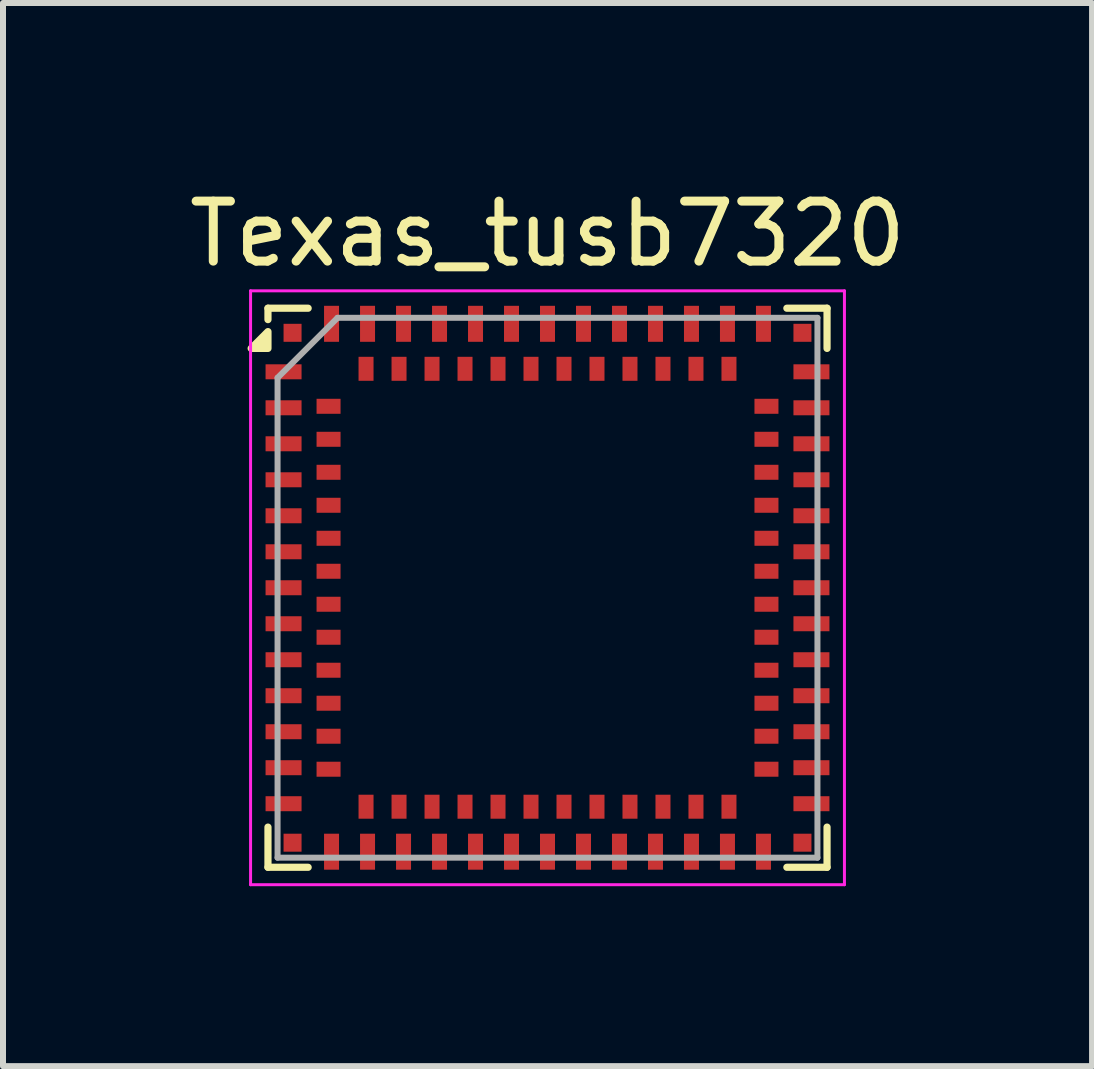
<source format=kicad_pcb>
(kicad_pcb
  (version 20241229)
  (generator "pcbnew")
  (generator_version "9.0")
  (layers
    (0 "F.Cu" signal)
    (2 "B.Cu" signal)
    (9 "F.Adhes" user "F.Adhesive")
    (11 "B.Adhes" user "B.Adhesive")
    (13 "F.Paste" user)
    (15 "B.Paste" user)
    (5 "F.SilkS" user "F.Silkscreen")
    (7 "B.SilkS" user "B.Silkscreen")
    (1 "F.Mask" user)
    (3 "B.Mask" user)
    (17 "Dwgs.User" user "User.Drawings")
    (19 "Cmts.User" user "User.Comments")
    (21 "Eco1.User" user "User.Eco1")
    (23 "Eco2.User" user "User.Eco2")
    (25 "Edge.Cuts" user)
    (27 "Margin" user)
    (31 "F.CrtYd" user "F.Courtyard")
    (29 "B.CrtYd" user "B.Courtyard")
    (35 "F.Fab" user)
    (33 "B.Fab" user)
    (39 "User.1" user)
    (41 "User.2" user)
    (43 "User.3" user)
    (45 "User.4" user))
  (footprint "Texas_tusb7320"
    (layer "F.Cu")
    (at 6.077 6.748)
    (property "Reference" "Texas_tusb7320" (at 0 -5.9 0) (layer "F.SilkS") (effects (font (size 1 1) (thickness 0.15))))
    (attr smd)
    (fp_line (start -4.66 -4.66) (end -3.99 -4.66) (stroke (width 0.12) (type solid)) (layer "F.SilkS"))
    (fp_line (start -4.66 -4.47) (end -4.66 -4.66) (stroke (width 0.12) (type solid)) (layer "F.SilkS"))
    (fp_line (start -4.66 3.99) (end -4.66 4.66) (stroke (width 0.12) (type solid)) (layer "F.SilkS"))
    (fp_line (start -4.66 4.66) (end -3.99 4.66) (stroke (width 0.12) (type solid)) (layer "F.SilkS"))
    (fp_line (start 4.66 -4.66) (end 3.99 -4.66) (stroke (width 0.12) (type solid)) (layer "F.SilkS"))
    (fp_line (start 4.66 -3.99) (end 4.66 -4.66) (stroke (width 0.12) (type solid)) (layer "F.SilkS"))
    (fp_line (start 4.66 3.99) (end 4.66 4.66) (stroke (width 0.12) (type solid)) (layer "F.SilkS"))
    (fp_line (start 4.66 4.66) (end 3.99 4.66) (stroke (width 0.12) (type solid)) (layer "F.SilkS"))
    (fp_poly (pts (xy -4.66 -3.99) (xy -4.94 -3.99) (xy -4.66 -4.27) (xy -4.66 -3.99)) (stroke (width 0.12) (type solid)) (fill yes) (layer "F.SilkS"))
    (fp_line (start -4.95 -4.95) (end 4.95 -4.95) (stroke (width 0.05) (type solid)) (layer "F.CrtYd"))
    (fp_line (start -4.95 4.95) (end -4.95 -4.95) (stroke (width 0.05) (type solid)) (layer "F.CrtYd"))
    (fp_line (start 4.95 -4.95) (end 4.95 4.95) (stroke (width 0.05) (type solid)) (layer "F.CrtYd"))
    (fp_line (start 4.95 4.95) (end -4.95 4.95) (stroke (width 0.05) (type solid)) (layer "F.CrtYd"))
    (fp_line (start -4.5 -3.5) (end -4.5 4.5) (stroke (width 0.1) (type solid)) (layer "F.Fab"))
    (fp_line (start -4.5 4.5) (end 4.5 4.5) (stroke (width 0.1) (type solid)) (layer "F.Fab"))
    (fp_line (start -3.5 -4.5) (end -4.5 -3.5) (stroke (width 0.1) (type default)) (layer "F.Fab"))
    (fp_line (start -3.5 -4.5) (end 4.5 -4.5) (stroke (width 0.1) (type solid)) (layer "F.Fab"))
    (fp_line (start 4.5 -4.5) (end 4.5 4.5) (stroke (width 0.1) (type solid)) (layer "F.Fab"))
    (pad "A1" smd rect (at -4.4 -3.6 90) (size 0.25 0.6) (layers "F.Cu" "F.Mask" "F.Paste"))
    (pad "A2" smd rect (at -4.4 -3 90) (size 0.25 0.6) (layers "F.Cu" "F.Mask" "F.Paste"))
    (pad "A3" smd rect (at -4.4 -2.4 90) (size 0.25 0.6) (layers "F.Cu" "F.Mask" "F.Paste"))
    (pad "A4" smd rect (at -4.4 -1.8 90) (size 0.25 0.6) (layers "F.Cu" "F.Mask" "F.Paste"))
    (pad "A5" smd rect (at -4.4 -1.2 90) (size 0.25 0.6) (layers "F.Cu" "F.Mask" "F.Paste"))
    (pad "A6" smd rect (at -4.4 -0.6 90) (size 0.25 0.6) (layers "F.Cu" "F.Mask" "F.Paste"))
    (pad "A7" smd rect (at -4.4 0 90) (size 0.25 0.6) (layers "F.Cu" "F.Mask" "F.Paste"))
    (pad "A8" smd rect (at -4.4 0.6 90) (size 0.25 0.6) (layers "F.Cu" "F.Mask" "F.Paste"))
    (pad "A9" smd rect (at -4.4 1.2 90) (size 0.25 0.6) (layers "F.Cu" "F.Mask" "F.Paste"))
    (pad "A10" smd rect (at -4.4 1.8 90) (size 0.25 0.6) (layers "F.Cu" "F.Mask" "F.Paste"))
    (pad "A11" smd rect (at -4.4 2.4 90) (size 0.25 0.6) (layers "F.Cu" "F.Mask" "F.Paste"))
    (pad "A12" smd rect (at -4.4 3 90) (size 0.25 0.6) (layers "F.Cu" "F.Mask" "F.Paste"))
    (pad "A13" smd rect (at -4.4 3.6 90) (size 0.25 0.6) (layers "F.Cu" "F.Mask" "F.Paste"))
    (pad "A14" smd rect (at -3.6 4.4) (size 0.25 0.6) (layers "F.Cu" "F.Mask" "F.Paste"))
    (pad "A15" smd rect (at -3 4.4) (size 0.25 0.6) (layers "F.Cu" "F.Mask" "F.Paste"))
    (pad "A16" smd rect (at -2.4 4.4) (size 0.25 0.6) (layers "F.Cu" "F.Mask" "F.Paste"))
    (pad "A17" smd rect (at -1.8 4.4) (size 0.25 0.6) (layers "F.Cu" "F.Mask" "F.Paste"))
    (pad "A18" smd rect (at -1.2 4.4) (size 0.25 0.6) (layers "F.Cu" "F.Mask" "F.Paste"))
    (pad "A19" smd rect (at -0.6 4.4) (size 0.25 0.6) (layers "F.Cu" "F.Mask" "F.Paste"))
    (pad "A20" smd rect (at 0 4.4) (size 0.25 0.6) (layers "F.Cu" "F.Mask" "F.Paste"))
    (pad "A21" smd rect (at 0.6 4.4) (size 0.25 0.6) (layers "F.Cu" "F.Mask" "F.Paste"))
    (pad "A22" smd rect (at 1.2 4.4) (size 0.25 0.6) (layers "F.Cu" "F.Mask" "F.Paste"))
    (pad "A23" smd rect (at 1.8 4.4) (size 0.25 0.6) (layers "F.Cu" "F.Mask" "F.Paste"))
    (pad "A24" smd rect (at 2.4 4.4) (size 0.25 0.6) (layers "F.Cu" "F.Mask" "F.Paste"))
    (pad "A25" smd rect (at 3 4.4) (size 0.25 0.6) (layers "F.Cu" "F.Mask" "F.Paste"))
    (pad "A26" smd rect (at 3.6 4.4) (size 0.25 0.6) (layers "F.Cu" "F.Mask" "F.Paste"))
    (pad "A27" smd rect (at 4.4 3.6 90) (size 0.25 0.6) (layers "F.Cu" "F.Mask" "F.Paste"))
    (pad "A28" smd rect (at 4.4 3 90) (size 0.25 0.6) (layers "F.Cu" "F.Mask" "F.Paste"))
    (pad "A29" smd rect (at 4.4 2.4 90) (size 0.25 0.6) (layers "F.Cu" "F.Mask" "F.Paste"))
    (pad "A30" smd rect (at 4.4 1.8 90) (size 0.25 0.6) (layers "F.Cu" "F.Mask" "F.Paste"))
    (pad "A31" smd rect (at 4.4 1.2 90) (size 0.25 0.6) (layers "F.Cu" "F.Mask" "F.Paste"))
    (pad "A32" smd rect (at 4.4 0.6 90) (size 0.25 0.6) (layers "F.Cu" "F.Mask" "F.Paste"))
    (pad "A33" smd rect (at 4.4 0 90) (size 0.25 0.6) (layers "F.Cu" "F.Mask" "F.Paste"))
    (pad "A34" smd rect (at 4.4 -0.6 90) (size 0.25 0.6) (layers "F.Cu" "F.Mask" "F.Paste"))
    (pad "A35" smd rect (at 4.4 -1.2 90) (size 0.25 0.6) (layers "F.Cu" "F.Mask" "F.Paste"))
    (pad "A36" smd rect (at 4.4 -1.8 90) (size 0.25 0.6) (layers "F.Cu" "F.Mask" "F.Paste"))
    (pad "A37" smd rect (at 4.4 -2.4 90) (size 0.25 0.6) (layers "F.Cu" "F.Mask" "F.Paste"))
    (pad "A38" smd rect (at 4.4 -3 90) (size 0.25 0.6) (layers "F.Cu" "F.Mask" "F.Paste"))
    (pad "A39" smd rect (at 4.4 -3.6 90) (size 0.25 0.6) (layers "F.Cu" "F.Mask" "F.Paste"))
    (pad "A40" smd rect (at 3.6 -4.4) (size 0.25 0.6) (layers "F.Cu" "F.Mask" "F.Paste"))
    (pad "A41" smd rect (at 3 -4.4) (size 0.25 0.6) (layers "F.Cu" "F.Mask" "F.Paste"))
    (pad "A42" smd rect (at 2.4 -4.4) (size 0.25 0.6) (layers "F.Cu" "F.Mask" "F.Paste"))
    (pad "A43" smd rect (at 1.8 -4.4) (size 0.25 0.6) (layers "F.Cu" "F.Mask" "F.Paste"))
    (pad "A44" smd rect (at 1.2 -4.4) (size 0.25 0.6) (layers "F.Cu" "F.Mask" "F.Paste"))
    (pad "A45" smd rect (at 0.6 -4.4) (size 0.25 0.6) (layers "F.Cu" "F.Mask" "F.Paste"))
    (pad "A46" smd rect (at 0 -4.4) (size 0.25 0.6) (layers "F.Cu" "F.Mask" "F.Paste"))
    (pad "A47" smd rect (at -0.6 -4.4) (size 0.25 0.6) (layers "F.Cu" "F.Mask" "F.Paste"))
    (pad "A48" smd rect (at -1.2 -4.4) (size 0.25 0.6) (layers "F.Cu" "F.Mask" "F.Paste"))
    (pad "A49" smd rect (at -1.8 -4.4) (size 0.25 0.6) (layers "F.Cu" "F.Mask" "F.Paste"))
    (pad "A50" smd rect (at -2.4 -4.4) (size 0.25 0.6) (layers "F.Cu" "F.Mask" "F.Paste"))
    (pad "A51" smd rect (at -3 -4.4) (size 0.25 0.6) (layers "F.Cu" "F.Mask" "F.Paste"))
    (pad "A52" smd rect (at -3.6 -4.4) (size 0.25 0.6) (layers "F.Cu" "F.Mask" "F.Paste"))
    (pad "B1" smd rect (at -3.65 -3.025 90) (size 0.25 0.4) (layers "F.Cu" "F.Mask" "F.Paste"))
    (pad "B2" smd rect (at -3.65 -2.475 90) (size 0.25 0.4) (layers "F.Cu" "F.Mask" "F.Paste"))
    (pad "B3" smd rect (at -3.65 -1.925 90) (size 0.25 0.4) (layers "F.Cu" "F.Mask" "F.Paste"))
    (pad "B4" smd rect (at -3.65 -1.375 90) (size 0.25 0.4) (layers "F.Cu" "F.Mask" "F.Paste"))
    (pad "B5" smd rect (at -3.65 -0.825 90) (size 0.25 0.4) (layers "F.Cu" "F.Mask" "F.Paste"))
    (pad "B6" smd rect (at -3.65 -0.275 90) (size 0.25 0.4) (layers "F.Cu" "F.Mask" "F.Paste"))
    (pad "B7" smd rect (at -3.65 0.275 90) (size 0.25 0.4) (layers "F.Cu" "F.Mask" "F.Paste"))
    (pad "B8" smd rect (at -3.65 0.825 90) (size 0.25 0.4) (layers "F.Cu" "F.Mask" "F.Paste"))
    (pad "B9" smd rect (at -3.65 1.375 90) (size 0.25 0.4) (layers "F.Cu" "F.Mask" "F.Paste"))
    (pad "B10" smd rect (at -3.65 1.925 90) (size 0.25 0.4) (layers "F.Cu" "F.Mask" "F.Paste"))
    (pad "B11" smd rect (at -3.65 2.475 90) (size 0.25 0.4) (layers "F.Cu" "F.Mask" "F.Paste"))
    (pad "B12" smd rect (at -3.65 3.025 90) (size 0.25 0.4) (layers "F.Cu" "F.Mask" "F.Paste"))
    (pad "B13" smd rect (at -3.025 3.65) (size 0.25 0.4) (layers "F.Cu" "F.Mask" "F.Paste"))
    (pad "B14" smd rect (at -2.475 3.65) (size 0.25 0.4) (layers "F.Cu" "F.Mask" "F.Paste"))
    (pad "B15" smd rect (at -1.925 3.65) (size 0.25 0.4) (layers "F.Cu" "F.Mask" "F.Paste"))
    (pad "B16" smd rect (at -1.375 3.65) (size 0.25 0.4) (layers "F.Cu" "F.Mask" "F.Paste"))
    (pad "B17" smd rect (at -0.825 3.65) (size 0.25 0.4) (layers "F.Cu" "F.Mask" "F.Paste"))
    (pad "B18" smd rect (at -0.275 3.65) (size 0.25 0.4) (layers "F.Cu" "F.Mask" "F.Paste"))
    (pad "B19" smd rect (at 0.275 3.65) (size 0.25 0.4) (layers "F.Cu" "F.Mask" "F.Paste"))
    (pad "B20" smd rect (at 0.825 3.65) (size 0.25 0.4) (layers "F.Cu" "F.Mask" "F.Paste"))
    (pad "B21" smd rect (at 1.375 3.65) (size 0.25 0.4) (layers "F.Cu" "F.Mask" "F.Paste"))
    (pad "B22" smd rect (at 1.925 3.65) (size 0.25 0.4) (layers "F.Cu" "F.Mask" "F.Paste"))
    (pad "B23" smd rect (at 2.475 3.65) (size 0.25 0.4) (layers "F.Cu" "F.Mask" "F.Paste"))
    (pad "B24" smd rect (at 3.025 3.65) (size 0.25 0.4) (layers "F.Cu" "F.Mask" "F.Paste"))
    (pad "B25" smd rect (at 3.65 3.025 90) (size 0.25 0.4) (layers "F.Cu" "F.Mask" "F.Paste"))
    (pad "B26" smd rect (at 3.65 2.475 90) (size 0.25 0.4) (layers "F.Cu" "F.Mask" "F.Paste"))
    (pad "B27" smd rect (at 3.65 1.925 90) (size 0.25 0.4) (layers "F.Cu" "F.Mask" "F.Paste"))
    (pad "B28" smd rect (at 3.65 1.375 90) (size 0.25 0.4) (layers "F.Cu" "F.Mask" "F.Paste"))
    (pad "B29" smd rect (at 3.65 0.825 90) (size 0.25 0.4) (layers "F.Cu" "F.Mask" "F.Paste"))
    (pad "B30" smd rect (at 3.65 0.275 90) (size 0.25 0.4) (layers "F.Cu" "F.Mask" "F.Paste"))
    (pad "B31" smd rect (at 3.65 -0.275 90) (size 0.25 0.4) (layers "F.Cu" "F.Mask" "F.Paste"))
    (pad "B32" smd rect (at 3.65 -0.825 90) (size 0.25 0.4) (layers "F.Cu" "F.Mask" "F.Paste"))
    (pad "B33" smd rect (at 3.65 -1.375 90) (size 0.25 0.4) (layers "F.Cu" "F.Mask" "F.Paste"))
    (pad "B34" smd rect (at 3.65 -1.925 90) (size 0.25 0.4) (layers "F.Cu" "F.Mask" "F.Paste"))
    (pad "B35" smd rect (at 3.65 -2.475 90) (size 0.25 0.4) (layers "F.Cu" "F.Mask" "F.Paste"))
    (pad "B36" smd rect (at 3.65 -3.025 90) (size 0.25 0.4) (layers "F.Cu" "F.Mask" "F.Paste"))
    (pad "B37" smd rect (at 3.025 -3.65) (size 0.25 0.4) (layers "F.Cu" "F.Mask" "F.Paste"))
    (pad "B38" smd rect (at 2.475 -3.65) (size 0.25 0.4) (layers "F.Cu" "F.Mask" "F.Paste"))
    (pad "B39" smd rect (at 1.925 -3.65) (size 0.25 0.4) (layers "F.Cu" "F.Mask" "F.Paste"))
    (pad "B40" smd rect (at 1.375 -3.65) (size 0.25 0.4) (layers "F.Cu" "F.Mask" "F.Paste"))
    (pad "B41" smd rect (at 0.825 -3.65) (size 0.25 0.4) (layers "F.Cu" "F.Mask" "F.Paste"))
    (pad "B42" smd rect (at 0.275 -3.65) (size 0.25 0.4) (layers "F.Cu" "F.Mask" "F.Paste"))
    (pad "B43" smd rect (at -0.275 -3.65) (size 0.25 0.4) (layers "F.Cu" "F.Mask" "F.Paste"))
    (pad "B44" smd rect (at -0.825 -3.65) (size 0.25 0.4) (layers "F.Cu" "F.Mask" "F.Paste"))
    (pad "B45" smd rect (at -1.375 -3.65) (size 0.25 0.4) (layers "F.Cu" "F.Mask" "F.Paste"))
    (pad "B46" smd rect (at -1.925 -3.65) (size 0.25 0.4) (layers "F.Cu" "F.Mask" "F.Paste"))
    (pad "B47" smd rect (at -2.475 -3.65) (size 0.25 0.4) (layers "F.Cu" "F.Mask" "F.Paste"))
    (pad "B48" smd rect (at -3.025 -3.65) (size 0.25 0.4) (layers "F.Cu" "F.Mask" "F.Paste"))
    (pad "C1" smd rect (at -4.25 -4.25) (size 0.3 0.3) (layers "F.Cu" "F.Mask" "F.Paste"))
    (pad "C2" smd rect (at -4.25 4.25) (size 0.3 0.3) (layers "F.Cu" "F.Mask" "F.Paste"))
    (pad "C3" smd rect (at 4.25 4.25) (size 0.3 0.3) (layers "F.Cu" "F.Mask" "F.Paste"))
    (pad "C4" smd rect (at 4.25 -4.25) (size 0.3 0.3) (layers "F.Cu" "F.Mask" "F.Paste")))
  (gr_rect
    (start -3 -3)
    (end 15.155 14.723)
    (stroke (width 0.1) (type default))
    (fill no)
    (layer "Edge.Cuts")))
</source>
